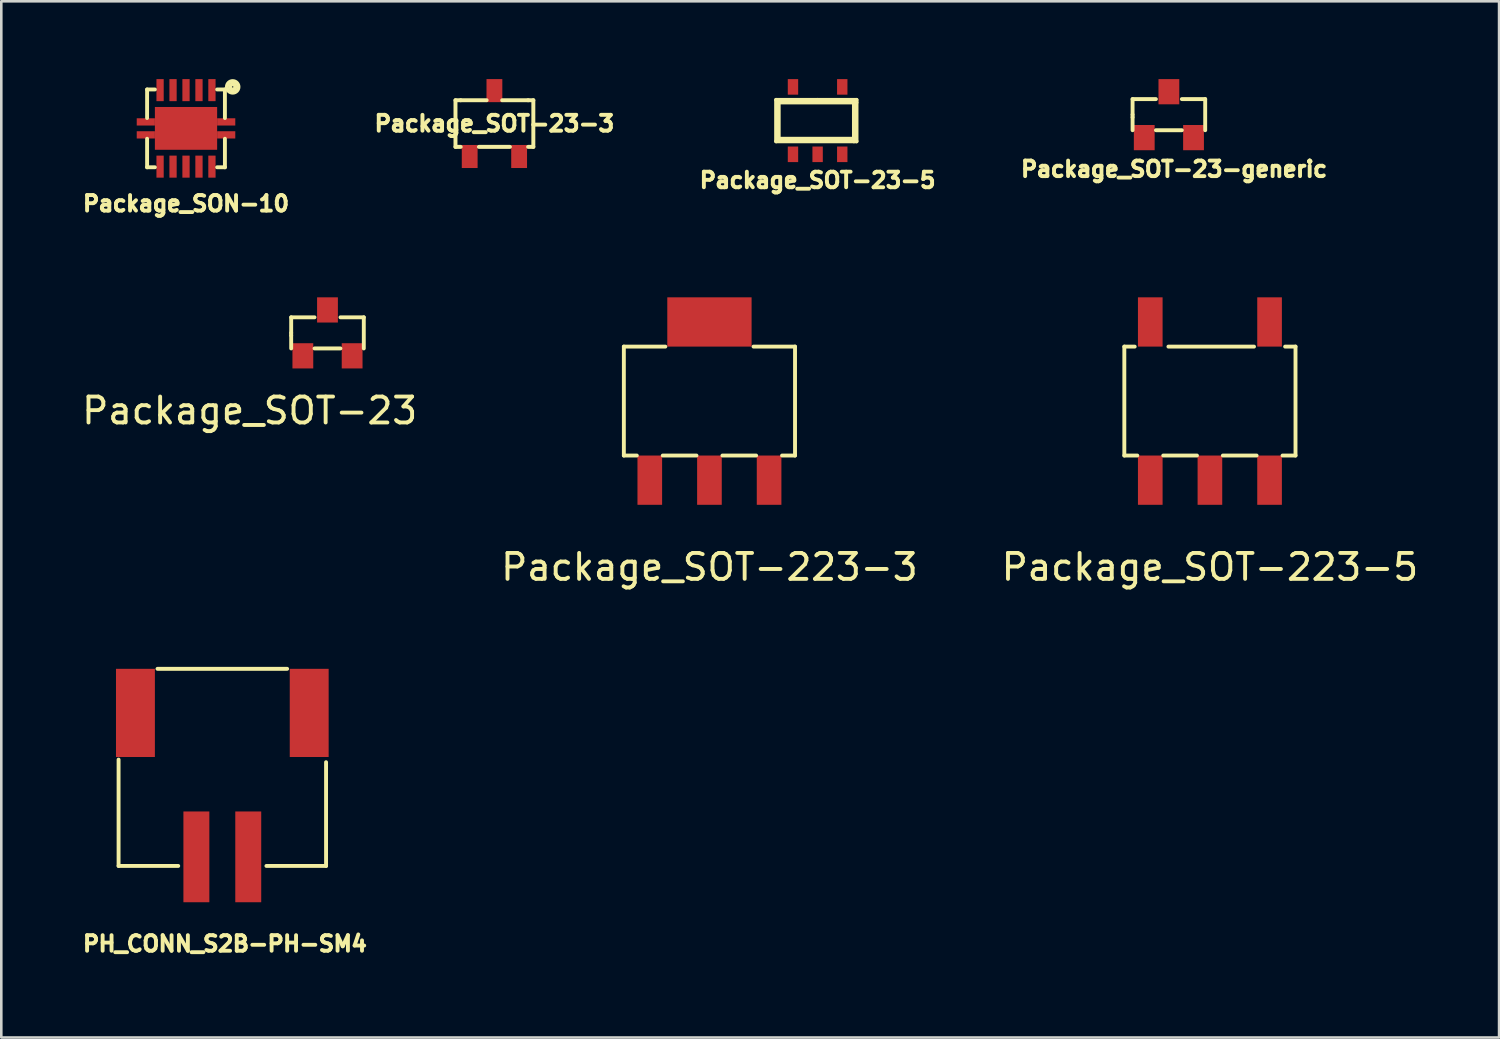
<source format=kicad_pcb>
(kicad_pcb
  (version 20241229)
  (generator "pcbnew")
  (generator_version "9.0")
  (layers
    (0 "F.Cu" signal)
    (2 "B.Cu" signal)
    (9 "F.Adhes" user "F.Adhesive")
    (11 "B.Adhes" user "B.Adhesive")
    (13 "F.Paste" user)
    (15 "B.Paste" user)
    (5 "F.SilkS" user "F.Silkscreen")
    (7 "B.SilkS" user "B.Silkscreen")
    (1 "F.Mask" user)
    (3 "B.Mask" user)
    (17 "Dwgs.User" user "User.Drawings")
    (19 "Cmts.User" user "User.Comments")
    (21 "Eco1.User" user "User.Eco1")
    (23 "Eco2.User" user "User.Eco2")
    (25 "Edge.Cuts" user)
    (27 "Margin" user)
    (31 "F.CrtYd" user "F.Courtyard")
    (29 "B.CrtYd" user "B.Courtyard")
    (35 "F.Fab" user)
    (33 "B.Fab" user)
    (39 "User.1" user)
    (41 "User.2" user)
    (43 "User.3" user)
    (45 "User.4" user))
  (footprint "Package_SOT-223-3"
    (layer "F.Cu")
    (at 24.304 12.414)
    (property "Reference" "Package_SOT-223-3" (at 0 6.4 0) (layer "F.SilkS") (effects (font (size 1 1) (thickness 0.15))))
    (attr through_hole)
    (fp_line (start -3.3 -2.1) (end -3.3 2.1) (stroke (width 0.15) (type solid)) (layer "F.SilkS"))
    (fp_line (start -3.3 -2.1) (end -1.7 -2.1) (stroke (width 0.15) (type solid)) (layer "F.SilkS"))
    (fp_line (start -3.3 2.1) (end -2.8 2.1) (stroke (width 0.15) (type solid)) (layer "F.SilkS"))
    (fp_line (start -1.8 2.1) (end -0.5 2.1) (stroke (width 0.15) (type solid)) (layer "F.SilkS"))
    (fp_line (start 0.5 2.1) (end 1.8 2.1) (stroke (width 0.15) (type solid)) (layer "F.SilkS"))
    (fp_line (start 2.8 2.1) (end 3.3 2.1) (stroke (width 0.15) (type solid)) (layer "F.SilkS"))
    (fp_line (start 3.3 -2.1) (end 1.7 -2.1) (stroke (width 0.15) (type solid)) (layer "F.SilkS"))
    (fp_line (start 3.3 2.1) (end 3.3 -2.1) (stroke (width 0.15) (type solid)) (layer "F.SilkS"))
    (pad "1" smd rect (at -2.3 3.05) (size 0.95 1.9) (layers "F.Cu" "F.Mask" "F.Paste"))
    (pad "2" smd rect (at 0 -3.05) (size 3.25 1.9) (layers "F.Cu" "F.Mask" "F.Paste"))
    (pad "2" smd rect (at 0 3.05) (size 0.95 1.9) (layers "F.Cu" "F.Mask" "F.Paste"))
    (pad "3" smd rect (at 2.3 3.05) (size 0.95 1.9) (layers "F.Cu" "F.Mask" "F.Paste")))
  (footprint "PH_CONN_S2B-PH-SM4"
    (layer "F.Cu")
    (at 5.522 31.738)
    (property "Reference" "PH_CONN_S2B-PH-SM4" (at 0.1 1.6 0) (layer "F.SilkS") (effects (font (size 0.6 0.6) (thickness 0.15))))
    (attr through_hole)
    (fp_line (start -4 -1.4) (end -4 -5.5) (stroke (width 0.15) (type solid)) (layer "F.SilkS"))
    (fp_line (start -2.5 -9) (end 2.5 -9) (stroke (width 0.15) (type solid)) (layer "F.SilkS"))
    (fp_line (start -1.7 -1.4) (end -4 -1.4) (stroke (width 0.15) (type solid)) (layer "F.SilkS"))
    (fp_line (start 4 -5.4) (end 4 -1.4) (stroke (width 0.15) (type solid)) (layer "F.SilkS"))
    (fp_line (start 4 -1.4) (end 1.7 -1.4) (stroke (width 0.15) (type solid)) (layer "F.SilkS"))
    (pad "1" smd rect (at -1 -1.75) (size 1 3.5) (layers "F.Cu" "F.Mask" "F.Paste"))
    (pad "2" smd rect (at 1 -1.75) (size 1 3.5) (layers "F.Cu" "F.Mask" "F.Paste"))
    (pad "3" smd rect (at -3.35 -7.3) (size 1.5 3.4) (layers "F.Cu" "F.Mask" "F.Paste"))
    (pad "3" smd rect (at 3.35 -7.3) (size 1.5 3.4) (layers "F.Cu" "F.Mask" "F.Paste")))
  (footprint "Package_SOT-223-5"
    (layer "F.Cu")
    (at 43.601 12.414)
    (property "Reference" "Package_SOT-223-5" (at 0 6.4 0) (layer "F.SilkS") (effects (font (size 1 1) (thickness 0.15))))
    (attr through_hole)
    (fp_line (start -3.3 -2.1) (end -3.3 2.1) (stroke (width 0.15) (type solid)) (layer "F.SilkS"))
    (fp_line (start -3.3 -2.1) (end -2.9 -2.1) (stroke (width 0.15) (type solid)) (layer "F.SilkS"))
    (fp_line (start -3.3 2.1) (end -2.8 2.1) (stroke (width 0.15) (type solid)) (layer "F.SilkS"))
    (fp_line (start -1.8 2.1) (end -0.5 2.1) (stroke (width 0.15) (type solid)) (layer "F.SilkS"))
    (fp_line (start -1.6 -2.1) (end 1.7 -2.1) (stroke (width 0.15) (type solid)) (layer "F.SilkS"))
    (fp_line (start 0.5 2.1) (end 1.8 2.1) (stroke (width 0.15) (type solid)) (layer "F.SilkS"))
    (fp_line (start 2.8 2.1) (end 3.3 2.1) (stroke (width 0.15) (type solid)) (layer "F.SilkS"))
    (fp_line (start 3.3 -2.1) (end 2.9 -2.1) (stroke (width 0.15) (type solid)) (layer "F.SilkS"))
    (fp_line (start 3.3 2.1) (end 3.3 -2.1) (stroke (width 0.15) (type solid)) (layer "F.SilkS"))
    (pad "1" smd rect (at -2.3 3.05) (size 0.95 1.9) (layers "F.Cu" "F.Mask" "F.Paste"))
    (pad "2" smd rect (at 0 3.05) (size 0.95 1.9) (layers "F.Cu" "F.Mask" "F.Paste"))
    (pad "3" smd rect (at 2.3 3.05) (size 0.95 1.9) (layers "F.Cu" "F.Mask" "F.Paste"))
    (pad "4" smd rect (at 2.3 -3.05) (size 0.95 1.9) (layers "F.Cu" "F.Mask" "F.Paste"))
    (pad "5" smd rect (at -2.3 -3.05) (size 0.95 1.9) (layers "F.Cu" "F.Mask" "F.Paste")))
  (footprint "Package_SOT-23"
    (layer "F.Cu")
    (at 9.577 9.785)
    (property "Reference" "Package_SOT-23" (at -3 3 0) (layer "F.SilkS") (effects (font (size 1 1) (thickness 0.15))))
    (attr through_hole)
    (fp_line (start -1.4 -0.6) (end -0.5 -0.6) (stroke (width 0.15) (type solid)) (layer "F.SilkS"))
    (fp_line (start -1.4 0) (end -1.4 -0.6) (stroke (width 0.15) (type solid)) (layer "F.SilkS"))
    (fp_line (start -1.4 0.1) (end -1.4 0) (stroke (width 0.15) (type solid)) (layer "F.SilkS"))
    (fp_line (start -1.4 0.6) (end -1.4 0.1) (stroke (width 0.15) (type solid)) (layer "F.SilkS"))
    (fp_line (start 0.5 -0.6) (end 1.4 -0.6) (stroke (width 0.15) (type solid)) (layer "F.SilkS"))
    (fp_line (start 0.5 0.6) (end -0.5 0.6) (stroke (width 0.15) (type solid)) (layer "F.SilkS"))
    (fp_line (start 1.4 -0.6) (end 1.4 0.6) (stroke (width 0.15) (type solid)) (layer "F.SilkS"))
    (pad "D" smd rect (at 0 -0.885) (size 0.802 0.972) (layers "F.Cu" "F.Mask" "F.Paste"))
    (pad "G" smd rect (at -0.95 0.885) (size 0.802 0.972) (layers "F.Cu" "F.Mask" "F.Paste"))
    (pad "S" smd rect (at 0.95 0.885) (size 0.802 0.972) (layers "F.Cu" "F.Mask" "F.Paste")))
  (footprint "Package_SOT-23-3"
    (layer "F.Cu")
    (at 16.013 1.714)
    (property "Reference" "Package_SOT-23-3" (at 0 0 0) (layer "F.SilkS") (effects (font (size 0.61 0.61) (thickness 0.152))))
    (attr smd)
    (fp_line (start -1.501 -0.899) (end -1.501 0.899) (stroke (width 0.152) (type solid)) (layer "F.SilkS"))
    (fp_line (start -1.501 -0.899) (end -1.3 -0.899) (stroke (width 0.152) (type solid)) (layer "F.SilkS"))
    (fp_line (start -1.501 0.899) (end -1.3 0.899) (stroke (width 0.152) (type solid)) (layer "F.SilkS"))
    (fp_line (start -1.3 -0.899) (end -0.3 -0.899) (stroke (width 0.152) (type solid)) (layer "F.SilkS"))
    (fp_line (start -0.599 0.899) (end 0.599 0.899) (stroke (width 0.152) (type solid)) (layer "F.SilkS"))
    (fp_line (start 1.3 -0.899) (end 0.3 -0.899) (stroke (width 0.152) (type solid)) (layer "F.SilkS"))
    (fp_line (start 1.501 -0.899) (end 1.3 -0.899) (stroke (width 0.152) (type solid)) (layer "F.SilkS"))
    (fp_line (start 1.501 0.899) (end 1.3 0.899) (stroke (width 0.152) (type solid)) (layer "F.SilkS"))
    (fp_line (start 1.501 0.899) (end 1.501 -0.899) (stroke (width 0.152) (type solid)) (layer "F.SilkS"))
    (pad "D" smd rect (at 0 -1.27) (size 0.61 0.889) (layers "F.Cu" "F.Mask" "F.Paste"))
    (pad "G" smd rect (at -0.953 1.27) (size 0.61 0.889) (layers "F.Cu" "F.Mask" "F.Paste"))
    (pad "S" smd rect (at 0.953 1.27) (size 0.61 0.889) (layers "F.Cu" "F.Mask" "F.Paste")))
  (footprint "Package_SON-10"
    (layer "F.Cu")
    (at 4.122 1.9)
    (property "Reference" "Package_SON-10" (at 0 2.9 0) (layer "F.SilkS") (effects (font (size 0.6 0.6) (thickness 0.15))))
    (attr through_hole)
    (fp_line (start -1.5 -1.5) (end -1.2 -1.5) (stroke (width 0.15) (type solid)) (layer "F.SilkS"))
    (fp_line (start -1.5 -0.4) (end -1.5 -1.5) (stroke (width 0.15) (type solid)) (layer "F.SilkS"))
    (fp_line (start -1.5 1.5) (end -1.5 0.4) (stroke (width 0.15) (type solid)) (layer "F.SilkS"))
    (fp_line (start -1.5 1.5) (end -1.2 1.5) (stroke (width 0.15) (type solid)) (layer "F.SilkS"))
    (fp_line (start 1.2 -1.5) (end 1.5 -1.5) (stroke (width 0.15) (type solid)) (layer "F.SilkS"))
    (fp_line (start 1.5 -1.5) (end 1.5 -0.4) (stroke (width 0.15) (type solid)) (layer "F.SilkS"))
    (fp_line (start 1.5 0.4) (end 1.5 1.5) (stroke (width 0.15) (type solid)) (layer "F.SilkS"))
    (fp_line (start 1.5 1.5) (end 1.2 1.5) (stroke (width 0.15) (type solid)) (layer "F.SilkS"))
    (fp_circle (center 1.8 -1.6) (end 1.6 -1.7) (stroke (width 0.15) (type solid)) (fill no) (layer "F.SilkS"))
    (fp_circle (center 1.8 -1.6) (end 1.8 -1.7) (stroke (width 0.15) (type solid)) (fill no) (layer "F.SilkS"))
    (pad "1" smd rect (at 1 -1.475) (size 0.28 0.85) (layers "F.Cu" "F.Mask" "F.Paste"))
    (pad "2" smd rect (at 0.5 -1.475) (size 0.28 0.85) (layers "F.Cu" "F.Mask" "F.Paste"))
    (pad "3" smd rect (at 0 -1.475) (size 0.28 0.85) (layers "F.Cu" "F.Mask" "F.Paste"))
    (pad "4" smd rect (at -1.55 -0.25) (size 0.7 0.28) (layers "F.Cu" "F.Mask" "F.Paste"))
    (pad "4" smd rect (at -1.55 0.25) (size 0.7 0.28) (layers "F.Cu" "F.Mask" "F.Paste"))
    (pad "4" smd rect (at -0.5 -1.475) (size 0.28 0.85) (layers "F.Cu" "F.Mask" "F.Paste"))
    (pad "4" smd rect (at 0 0) (size 2.4 1.65) (layers "F.Cu" "F.Mask" "F.Paste"))
    (pad "4" smd rect (at 1.55 -0.25) (size 0.7 0.28) (layers "F.Cu" "F.Mask" "F.Paste"))
    (pad "4" smd rect (at 1.55 0.25) (size 0.7 0.28) (layers "F.Cu" "F.Mask" "F.Paste"))
    (pad "5" smd rect (at -1 -1.475) (size 0.28 0.85) (layers "F.Cu" "F.Mask" "F.Paste"))
    (pad "6" smd rect (at -1 1.475) (size 0.28 0.85) (layers "F.Cu" "F.Mask" "F.Paste"))
    (pad "7" smd rect (at -0.5 1.475) (size 0.28 0.85) (layers "F.Cu" "F.Mask" "F.Paste"))
    (pad "8" smd rect (at 0 1.475) (size 0.28 0.85) (layers "F.Cu" "F.Mask" "F.Paste"))
    (pad "9" smd rect (at 0.5 1.475) (size 0.28 0.85) (layers "F.Cu" "F.Mask" "F.Paste"))
    (pad "10" smd rect (at 1 1.475) (size 0.28 0.85) (layers "F.Cu" "F.Mask" "F.Paste")))
  (footprint "Package_SOT-23-generic"
    (layer "F.Cu")
    (at 42.019 1.371)
    (property "Reference" "Package_SOT-23-generic" (at 0.2 2.1 0) (layer "F.SilkS") (effects (font (size 0.6 0.6) (thickness 0.15))))
    (attr through_hole)
    (fp_line (start -1.4 -0.6) (end -0.5 -0.6) (stroke (width 0.15) (type solid)) (layer "F.SilkS"))
    (fp_line (start -1.4 0) (end -1.4 -0.6) (stroke (width 0.15) (type solid)) (layer "F.SilkS"))
    (fp_line (start -1.4 0.1) (end -1.4 0) (stroke (width 0.15) (type solid)) (layer "F.SilkS"))
    (fp_line (start -1.4 0.6) (end -1.4 0.1) (stroke (width 0.15) (type solid)) (layer "F.SilkS"))
    (fp_line (start 0.5 -0.6) (end 1.4 -0.6) (stroke (width 0.15) (type solid)) (layer "F.SilkS"))
    (fp_line (start 0.5 0.6) (end -0.5 0.6) (stroke (width 0.15) (type solid)) (layer "F.SilkS"))
    (fp_line (start 1.4 -0.6) (end 1.4 0.6) (stroke (width 0.15) (type solid)) (layer "F.SilkS"))
    (pad "1" smd rect (at -0.95 0.885) (size 0.802 0.972) (layers "F.Cu" "F.Mask" "F.Paste"))
    (pad "2" smd rect (at 0.95 0.885) (size 0.802 0.972) (layers "F.Cu" "F.Mask" "F.Paste"))
    (pad "3" smd rect (at 0 -0.885) (size 0.802 0.972) (layers "F.Cu" "F.Mask" "F.Paste")))
  (footprint "Package_SOT-23-5"
    (layer "F.Cu")
    (at 28.475 1.6)
    (property "Reference" "Package_SOT-23-5" (at 0 2.3 0) (layer "F.SilkS") (effects (font (size 0.6 0.6) (thickness 0.15))))
    (attr through_hole)
    (fp_line (start -1.6 -0.8) (end 0 -0.8) (stroke (width 0.15) (type solid)) (layer "F.SilkS"))
    (fp_line (start -1.6 0.8) (end -1.6 -0.8) (stroke (width 0.15) (type solid)) (layer "F.SilkS"))
    (fp_line (start -1.5 -0.7) (end 1.5 -0.7) (stroke (width 0.15) (type solid)) (layer "F.SilkS"))
    (fp_line (start -1.5 0.7) (end -1.5 -0.7) (stroke (width 0.15) (type solid)) (layer "F.SilkS"))
    (fp_line (start 0 -0.8) (end 1.5 -0.8) (stroke (width 0.15) (type solid)) (layer "F.SilkS"))
    (fp_line (start 1.4 -0.7) (end 1.4 0.8) (stroke (width 0.15) (type solid)) (layer "F.SilkS"))
    (fp_line (start 1.4 0.7) (end -1.5 0.7) (stroke (width 0.15) (type solid)) (layer "F.SilkS"))
    (fp_line (start 1.5 -0.8) (end 1.5 0.8) (stroke (width 0.15) (type solid)) (layer "F.SilkS"))
    (fp_line (start 1.5 0.8) (end -1.6 0.8) (stroke (width 0.15) (type solid)) (layer "F.SilkS"))
    (pad "1" smd rect (at -0.95 1.3) (size 0.4 0.6) (layers "F.Cu" "F.Mask" "F.Paste"))
    (pad "2" smd rect (at 0 1.3) (size 0.4 0.6) (layers "F.Cu" "F.Mask" "F.Paste"))
    (pad "3" smd rect (at 0.95 1.3) (size 0.4 0.6) (layers "F.Cu" "F.Mask" "F.Paste"))
    (pad "4" smd rect (at 0.95 -1.3) (size 0.4 0.6) (layers "F.Cu" "F.Mask" "F.Paste"))
    (pad "5" smd rect (at -0.95 -1.3) (size 0.4 0.6) (layers "F.Cu" "F.Mask" "F.Paste")))
  (gr_rect
    (start -3 -3)
    (end 54.75 36.952)
    (stroke (width 0.1) (type default))
    (fill no)
    (layer "Edge.Cuts")))
</source>
